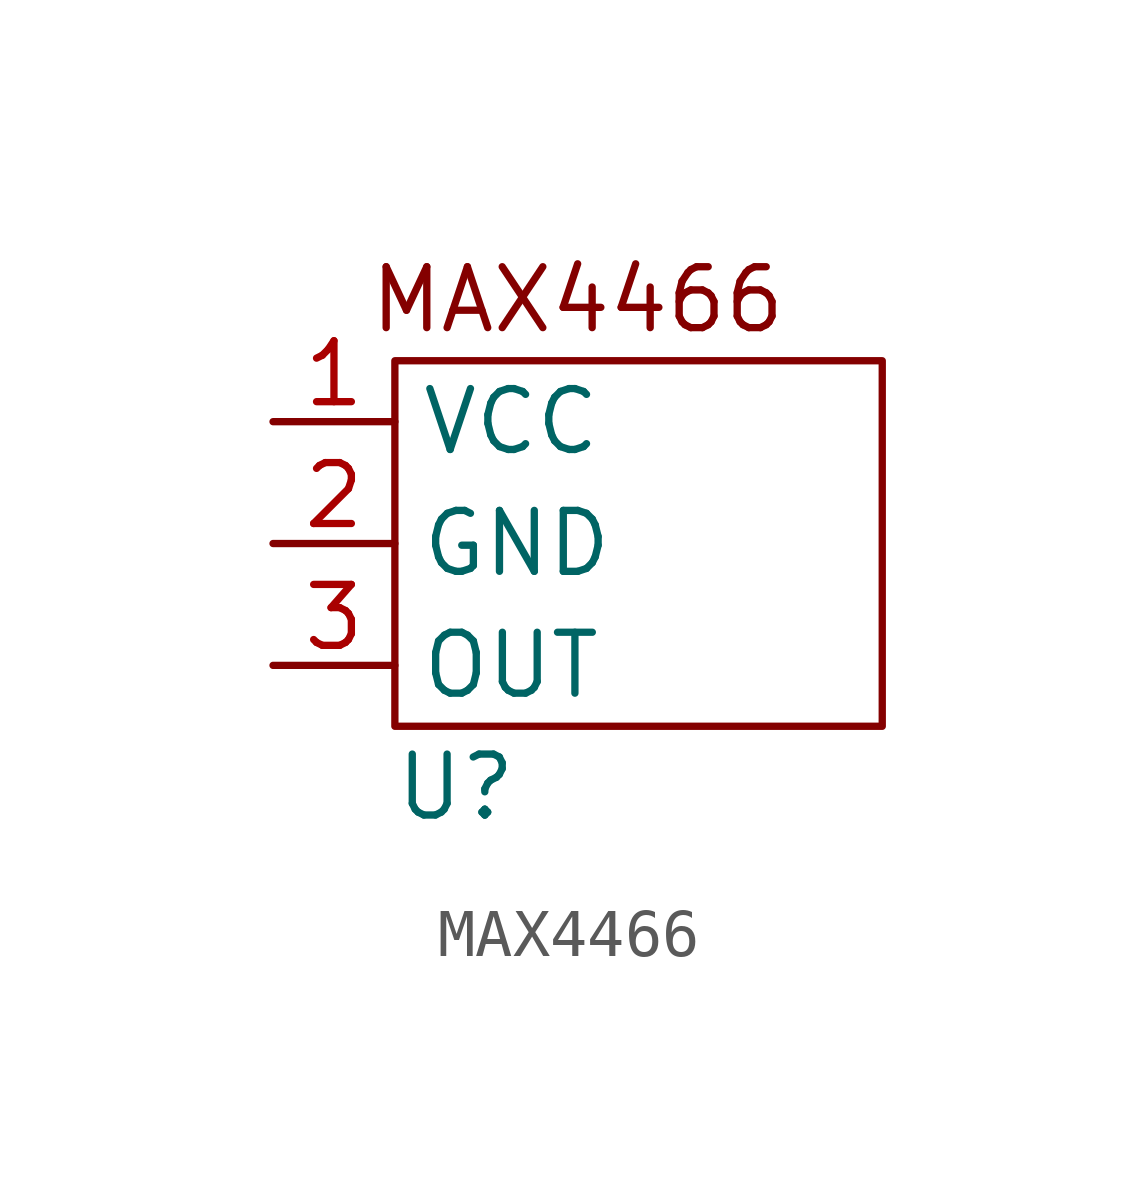
<source format=kicad_sym>
(kicad_symbol_lib
  (version 20231120)
  (generator "kicad_symbol_editor")
  (generator_version "8.0")
  (symbol "MAX4466"
    (property "Reference" "U"
      (at -1.27 0 0)
      (effects (font (size 1.27 1.27))))
    (property "Value" ""
      (at 0 0 0)
      (effects (font (size 1.27 1.27))))
    (symbol "MAX4466_0_1"
      (rectangle (start -2.54 8.89) (end 7.62 1.27) (stroke (width 0) (type default)) (fill (type none))))
    (symbol "MAX4466_1_1"
      (text "MAX4466" (at 1.27 10.16 0) (effects (font (size 1.27 1.27))))
      (pin power_in line (at -5.08 7.62 0) (length 2.54) (name "VCC" (effects (font (size 1.27 1.27)))) (number "1" (effects (font (size 1.27 1.27)))))
      (pin power_in line (at -5.08 5.08 0) (length 2.54) (name "GND" (effects (font (size 1.27 1.27)))) (number "2" (effects (font (size 1.27 1.27)))))
      (pin output line (at -5.08 2.54 0) (length 2.54) (name "OUT" (effects (font (size 1.27 1.27)))) (number "3" (effects (font (size 1.27 1.27))))))))
</source>
